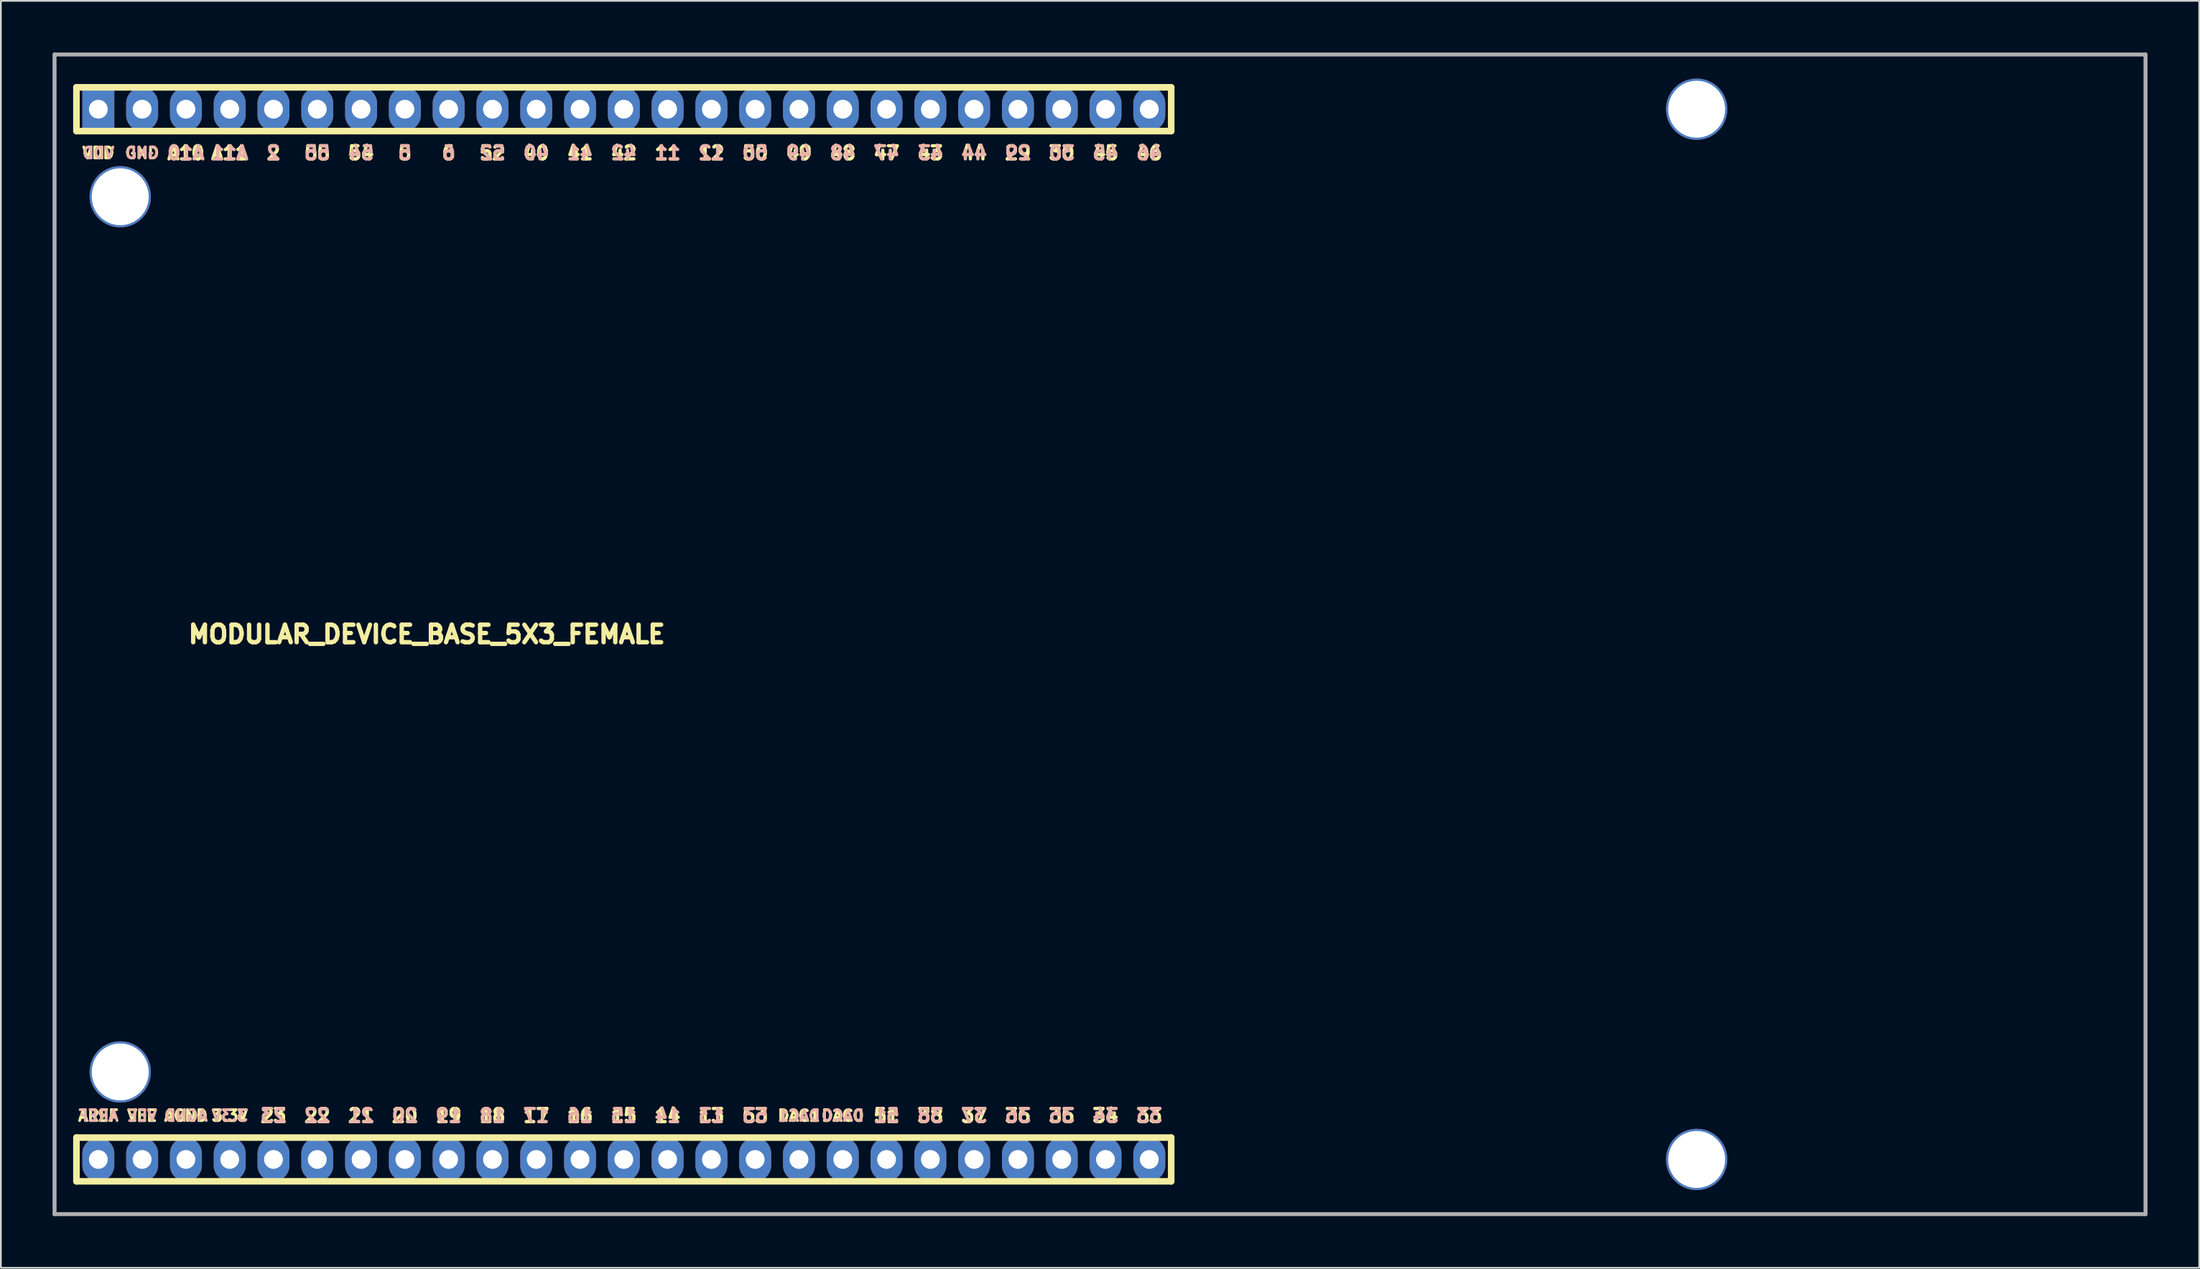
<source format=kicad_pcb>
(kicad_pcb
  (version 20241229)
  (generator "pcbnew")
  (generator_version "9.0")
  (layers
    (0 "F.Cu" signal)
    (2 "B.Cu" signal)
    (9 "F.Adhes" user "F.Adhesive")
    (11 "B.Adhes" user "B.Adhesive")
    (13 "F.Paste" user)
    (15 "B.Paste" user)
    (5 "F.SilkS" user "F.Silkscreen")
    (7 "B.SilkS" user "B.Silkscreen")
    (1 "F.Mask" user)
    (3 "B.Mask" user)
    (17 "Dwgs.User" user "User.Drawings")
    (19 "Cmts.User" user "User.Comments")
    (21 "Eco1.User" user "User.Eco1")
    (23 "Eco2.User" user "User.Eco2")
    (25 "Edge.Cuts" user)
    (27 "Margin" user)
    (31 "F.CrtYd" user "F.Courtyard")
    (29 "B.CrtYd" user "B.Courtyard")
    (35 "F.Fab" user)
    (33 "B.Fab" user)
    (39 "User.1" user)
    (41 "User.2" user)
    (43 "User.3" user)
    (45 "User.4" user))
  (footprint "MODULAR_DEVICE_BASE_5X3_FEMALE"
    (layer "F.Cu")
    (at 21.704 33.769)
    (property "Reference" "MODULAR_DEVICE_BASE_5X3_FEMALE" (at 0 0 0) (layer "F.SilkS") (effects (font (size 1.016 1.016) (thickness 0.254))))
    (property "Value" "${VALUE}" (at 0 2.54 0) (layer "F.SilkS") (hide yes) (effects (font (size 1.524 1.524) (thickness 0.305))))
    (attr through_hole)
    (fp_line (start -20.32 -31.75) (end -20.32 -29.21) (stroke (width 0.381) (type solid)) (layer "F.SilkS"))
    (fp_line (start -20.32 -31.75) (end 43.18 -31.75) (stroke (width 0.381) (type solid)) (layer "F.SilkS"))
    (fp_line (start -20.32 -29.21) (end 43.18 -29.21) (stroke (width 0.381) (type solid)) (layer "F.SilkS"))
    (fp_line (start -20.32 29.21) (end -20.32 31.75) (stroke (width 0.381) (type solid)) (layer "F.SilkS"))
    (fp_line (start -20.32 29.21) (end 43.18 29.21) (stroke (width 0.381) (type solid)) (layer "F.SilkS"))
    (fp_line (start -20.32 31.75) (end 43.18 31.75) (stroke (width 0.381) (type solid)) (layer "F.SilkS"))
    (fp_line (start 43.18 -29.21) (end 43.18 -31.75) (stroke (width 0.381) (type solid)) (layer "F.SilkS"))
    (fp_line (start 43.18 31.75) (end 43.18 29.21) (stroke (width 0.381) (type solid)) (layer "F.SilkS"))
    (fp_line (start -21.59 -33.655) (end -21.59 33.655) (stroke (width 0.229) (type solid)) (layer "F.Fab"))
    (fp_line (start -21.59 33.655) (end 99.695 33.655) (stroke (width 0.229) (type solid)) (layer "F.Fab"))
    (fp_line (start 99.695 -33.655) (end -21.59 -33.655) (stroke (width 0.229) (type solid)) (layer "F.Fab"))
    (fp_line (start 99.695 33.655) (end 99.695 -33.655) (stroke (width 0.229) (type solid)) (layer "F.Fab"))
    (fp_text user "A11" (at -11.43 -27.94 0) (layer "F.SilkS") (effects (font (size 0.762 0.762) (thickness 0.191))))
    (fp_text user "GND" (at -16.51 -27.94 0) (layer "F.SilkS") (effects (font (size 0.635 0.635) (thickness 0.159))))
    (fp_text user "19" (at 1.27 27.94 0) (layer "F.SilkS") (effects (font (size 0.762 0.762) (thickness 0.191))))
    (fp_text user "47" (at 26.67 -27.94 0) (layer "F.SilkS") (effects (font (size 0.762 0.762) (thickness 0.191))))
    (fp_text user "AGND" (at -13.97 27.94 0) (layer "F.SilkS") (effects (font (size 0.635 0.635) (thickness 0.159))))
    (fp_text user "6" (at 1.27 -27.94 0) (layer "F.SilkS") (effects (font (size 0.762 0.762) (thickness 0.191))))
    (fp_text user "20" (at -1.27 27.94 0) (layer "F.SilkS") (effects (font (size 0.762 0.762) (thickness 0.191))))
    (fp_text user "AREF" (at -19.05 27.94 0) (layer "F.SilkS") (effects (font (size 0.635 0.635) (thickness 0.159))))
    (fp_text user "45" (at 39.37 -27.94 0) (layer "F.SilkS") (effects (font (size 0.762 0.762) (thickness 0.191))))
    (fp_text user "38" (at 29.21 27.94 0) (layer "F.SilkS") (effects (font (size 0.762 0.762) (thickness 0.191))))
    (fp_text user "34" (at 39.37 27.94 0) (layer "F.SilkS") (effects (font (size 0.762 0.762) (thickness 0.191))))
    (fp_text user "29" (at 34.29 -27.94 0) (layer "F.SilkS") (effects (font (size 0.762 0.762) (thickness 0.191))))
    (fp_text user "23" (at -8.89 27.94 0) (layer "F.SilkS") (effects (font (size 0.762 0.762) (thickness 0.191))))
    (fp_text user "17" (at 6.35 27.94 0) (layer "F.SilkS") (effects (font (size 0.762 0.762) (thickness 0.191))))
    (fp_text user "30" (at 36.83 -27.94 0) (layer "F.SilkS") (effects (font (size 0.762 0.762) (thickness 0.191))))
    (fp_text user "36" (at 34.29 27.94 0) (layer "F.SilkS") (effects (font (size 0.762 0.762) (thickness 0.191))))
    (fp_text user "33" (at 41.91 27.94 0) (layer "F.SilkS") (effects (font (size 0.762 0.762) (thickness 0.191))))
    (fp_text user "42" (at 11.43 -27.94 0) (layer "F.SilkS") (effects (font (size 0.762 0.762) (thickness 0.191))))
    (fp_text user "2" (at -8.89 -27.94 0) (layer "F.SilkS") (effects (font (size 0.762 0.762) (thickness 0.191))))
    (fp_text user "48" (at 24.13 -27.94 0) (layer "F.SilkS") (effects (font (size 0.762 0.762) (thickness 0.191))))
    (fp_text user "12" (at 16.51 -27.94 0) (layer "F.SilkS") (effects (font (size 0.762 0.762) (thickness 0.191))))
    (fp_text user "40" (at 6.35 -27.94 0) (layer "F.SilkS") (effects (font (size 0.762 0.762) (thickness 0.191))))
    (fp_text user "16" (at 8.89 27.94 0) (layer "F.SilkS") (effects (font (size 0.762 0.762) (thickness 0.191))))
    (fp_text user "15" (at 11.43 27.94 0) (layer "F.SilkS") (effects (font (size 0.762 0.762) (thickness 0.191))))
    (fp_text user "54" (at -3.81 -27.94 0) (layer "F.SilkS") (effects (font (size 0.762 0.762) (thickness 0.191))))
    (fp_text user "53" (at 19.05 27.94 0) (layer "F.SilkS") (effects (font (size 0.762 0.762) (thickness 0.191))))
    (fp_text user "VDD" (at -19.05 -27.94 0) (layer "F.SilkS") (effects (font (size 0.635 0.635) (thickness 0.159))))
    (fp_text user "22" (at -6.35 27.94 0) (layer "F.SilkS") (effects (font (size 0.762 0.762) (thickness 0.191))))
    (fp_text user "11" (at 13.97 -27.94 0) (layer "F.SilkS") (effects (font (size 0.762 0.762) (thickness 0.191))))
    (fp_text user "A10" (at -13.97 -27.94 0) (layer "F.SilkS") (effects (font (size 0.762 0.762) (thickness 0.191))))
    (fp_text user "44" (at 31.75 -27.94 0) (layer "F.SilkS") (effects (font (size 0.762 0.762) (thickness 0.191))))
    (fp_text user "18" (at 3.81 27.94 0) (layer "F.SilkS") (effects (font (size 0.762 0.762) (thickness 0.191))))
    (fp_text user "35" (at 36.83 27.94 0) (layer "F.SilkS") (effects (font (size 0.762 0.762) (thickness 0.191))))
    (fp_text user "52" (at 3.81 -27.94 0) (layer "F.SilkS") (effects (font (size 0.762 0.762) (thickness 0.191))))
    (fp_text user "13" (at 16.51 27.94 0) (layer "F.SilkS") (effects (font (size 0.762 0.762) (thickness 0.191))))
    (fp_text user "VEE" (at -16.51 27.94 0) (layer "F.SilkS") (effects (font (size 0.635 0.635) (thickness 0.159))))
    (fp_text user "5" (at -1.27 -27.94 0) (layer "F.SilkS") (effects (font (size 0.762 0.762) (thickness 0.191))))
    (fp_text user "3.3V" (at -11.43 27.94 0) (layer "F.SilkS") (effects (font (size 0.635 0.635) (thickness 0.159))))
    (fp_text user "21" (at -3.81 27.94 0) (layer "F.SilkS") (effects (font (size 0.762 0.762) (thickness 0.191))))
    (fp_text user "55" (at -6.35 -27.94 0) (layer "F.SilkS") (effects (font (size 0.762 0.762) (thickness 0.191))))
    (fp_text user "49" (at 21.59 -27.94 0) (layer "F.SilkS") (effects (font (size 0.762 0.762) (thickness 0.191))))
    (fp_text user "43" (at 29.21 -27.94 0) (layer "F.SilkS") (effects (font (size 0.762 0.762) (thickness 0.191))))
    (fp_text user "50" (at 19.05 -27.94 0) (layer "F.SilkS") (effects (font (size 0.762 0.762) (thickness 0.191))))
    (fp_text user "37" (at 31.75 27.94 0) (layer "F.SilkS") (effects (font (size 0.762 0.762) (thickness 0.191))))
    (fp_text user "DAC0" (at 24.13 27.94 0) (layer "F.SilkS") (effects (font (size 0.635 0.635) (thickness 0.159))))
    (fp_text user "41" (at 8.89 -27.94 0) (layer "F.SilkS") (effects (font (size 0.762 0.762) (thickness 0.191))))
    (fp_text user "46" (at 41.91 -27.94 0) (layer "F.SilkS") (effects (font (size 0.762 0.762) (thickness 0.191))))
    (fp_text user "14" (at 13.97 27.94 0) (layer "F.SilkS") (effects (font (size 0.762 0.762) (thickness 0.191))))
    (fp_text user "51" (at 26.67 27.94 0) (layer "F.SilkS") (effects (font (size 0.762 0.762) (thickness 0.191))))
    (fp_text user "DAC1" (at 21.59 27.94 0) (layer "F.SilkS") (effects (font (size 0.635 0.635) (thickness 0.159))))
    (fp_text user "38" (at 29.21 27.94 0) (layer "B.SilkS") (effects (font (size 0.762 0.762) (thickness 0.191)) (justify mirror)))
    (fp_text user "41" (at 8.89 -27.94 0) (layer "B.SilkS") (effects (font (size 0.762 0.762) (thickness 0.191)) (justify mirror)))
    (fp_text user "22" (at -6.35 27.94 0) (layer "B.SilkS") (effects (font (size 0.762 0.762) (thickness 0.191)) (justify mirror)))
    (fp_text user "2" (at -8.89 -27.94 0) (layer "B.SilkS") (effects (font (size 0.762 0.762) (thickness 0.191)) (justify mirror)))
    (fp_text user "11" (at 13.97 -27.94 0) (layer "B.SilkS") (effects (font (size 0.762 0.762) (thickness 0.191)) (justify mirror)))
    (fp_text user "54" (at -3.81 -27.94 0) (layer "B.SilkS") (effects (font (size 0.762 0.762) (thickness 0.191)) (justify mirror)))
    (fp_text user "50" (at 19.05 -27.94 0) (layer "B.SilkS") (effects (font (size 0.762 0.762) (thickness 0.191)) (justify mirror)))
    (fp_text user "49" (at 21.59 -27.94 0) (layer "B.SilkS") (effects (font (size 0.762 0.762) (thickness 0.191)) (justify mirror)))
    (fp_text user "53" (at 19.05 27.94 0) (layer "B.SilkS") (effects (font (size 0.762 0.762) (thickness 0.191)) (justify mirror)))
    (fp_text user "46" (at 41.91 -27.94 0) (layer "B.SilkS") (effects (font (size 0.762 0.762) (thickness 0.191)) (justify mirror)))
    (fp_text user "29" (at 34.29 -27.94 0) (layer "B.SilkS") (effects (font (size 0.762 0.762) (thickness 0.191)) (justify mirror)))
    (fp_text user "VDD" (at -19.05 -27.94 0) (layer "B.SilkS") (effects (font (size 0.635 0.635) (thickness 0.159)) (justify mirror)))
    (fp_text user "55" (at -6.35 -27.94 0) (layer "B.SilkS") (effects (font (size 0.762 0.762) (thickness 0.191)) (justify mirror)))
    (fp_text user "52" (at 3.81 -27.94 0) (layer "B.SilkS") (effects (font (size 0.762 0.762) (thickness 0.191)) (justify mirror)))
    (fp_text user "18" (at 3.81 27.94 0) (layer "B.SilkS") (effects (font (size 0.762 0.762) (thickness 0.191)) (justify mirror)))
    (fp_text user "GND" (at -16.51 -27.94 0) (layer "B.SilkS") (effects (font (size 0.635 0.635) (thickness 0.159)) (justify mirror)))
    (fp_text user "DAC1" (at 21.59 27.94 0) (layer "B.SilkS") (effects (font (size 0.635 0.635) (thickness 0.159)) (justify mirror)))
    (fp_text user "45" (at 39.37 -27.94 0) (layer "B.SilkS") (effects (font (size 0.762 0.762) (thickness 0.191)) (justify mirror)))
    (fp_text user "44" (at 31.75 -27.94 0) (layer "B.SilkS") (effects (font (size 0.762 0.762) (thickness 0.191)) (justify mirror)))
    (fp_text user "34" (at 39.37 27.94 0) (layer "B.SilkS") (effects (font (size 0.762 0.762) (thickness 0.191)) (justify mirror)))
    (fp_text user "43" (at 29.21 -27.94 0) (layer "B.SilkS") (effects (font (size 0.762 0.762) (thickness 0.191)) (justify mirror)))
    (fp_text user "A11" (at -11.43 -27.94 0) (layer "B.SilkS") (effects (font (size 0.762 0.762) (thickness 0.191)) (justify mirror)))
    (fp_text user "51" (at 26.67 27.94 0) (layer "B.SilkS") (effects (font (size 0.762 0.762) (thickness 0.191)) (justify mirror)))
    (fp_text user "16" (at 8.89 27.94 0) (layer "B.SilkS") (effects (font (size 0.762 0.762) (thickness 0.191)) (justify mirror)))
    (fp_text user "47" (at 26.67 -27.94 0) (layer "B.SilkS") (effects (font (size 0.762 0.762) (thickness 0.191)) (justify mirror)))
    (fp_text user "37" (at 31.75 27.94 0) (layer "B.SilkS") (effects (font (size 0.762 0.762) (thickness 0.191)) (justify mirror)))
    (fp_text user "33" (at 41.91 27.94 0) (layer "B.SilkS") (effects (font (size 0.762 0.762) (thickness 0.191)) (justify mirror)))
    (fp_text user "DAC0" (at 24.13 27.94 0) (layer "B.SilkS") (effects (font (size 0.635 0.635) (thickness 0.159)) (justify mirror)))
    (fp_text user "15" (at 11.43 27.94 0) (layer "B.SilkS") (effects (font (size 0.762 0.762) (thickness 0.191)) (justify mirror)))
    (fp_text user "6" (at 1.27 -27.94 0) (layer "B.SilkS") (effects (font (size 0.762 0.762) (thickness 0.191)) (justify mirror)))
    (fp_text user "48" (at 24.13 -27.94 0) (layer "B.SilkS") (effects (font (size 0.762 0.762) (thickness 0.191)) (justify mirror)))
    (fp_text user "3.3V" (at -11.43 27.94 0) (layer "B.SilkS") (effects (font (size 0.635 0.635) (thickness 0.159)) (justify mirror)))
    (fp_text user "20" (at -1.27 27.94 0) (layer "B.SilkS") (effects (font (size 0.762 0.762) (thickness 0.191)) (justify mirror)))
    (fp_text user "VEE" (at -16.51 27.94 0) (layer "B.SilkS") (effects (font (size 0.635 0.635) (thickness 0.159)) (justify mirror)))
    (fp_text user "23" (at -8.89 27.94 0) (layer "B.SilkS") (effects (font (size 0.762 0.762) (thickness 0.191)) (justify mirror)))
    (fp_text user "AREF" (at -19.05 27.94 0) (layer "B.SilkS") (effects (font (size 0.635 0.635) (thickness 0.159)) (justify mirror)))
    (fp_text user "5" (at -1.27 -27.94 0) (layer "B.SilkS") (effects (font (size 0.762 0.762) (thickness 0.191)) (justify mirror)))
    (fp_text user "A10" (at -13.97 -27.94 0) (layer "B.SilkS") (effects (font (size 0.762 0.762) (thickness 0.191)) (justify mirror)))
    (fp_text user "30" (at 36.83 -27.94 0) (layer "B.SilkS") (effects (font (size 0.762 0.762) (thickness 0.191)) (justify mirror)))
    (fp_text user "21" (at -3.81 27.94 0) (layer "B.SilkS") (effects (font (size 0.762 0.762) (thickness 0.191)) (justify mirror)))
    (fp_text user "AGND" (at -13.97 27.94 0) (layer "B.SilkS") (effects (font (size 0.635 0.635) (thickness 0.159)) (justify mirror)))
    (fp_text user "12" (at 16.51 -27.94 0) (layer "B.SilkS") (effects (font (size 0.762 0.762) (thickness 0.191)) (justify mirror)))
    (fp_text user "36" (at 34.29 27.94 0) (layer "B.SilkS") (effects (font (size 0.762 0.762) (thickness 0.191)) (justify mirror)))
    (fp_text user "42" (at 11.43 -27.94 0) (layer "B.SilkS") (effects (font (size 0.762 0.762) (thickness 0.191)) (justify mirror)))
    (fp_text user "14" (at 13.97 27.94 0) (layer "B.SilkS") (effects (font (size 0.762 0.762) (thickness 0.191)) (justify mirror)))
    (fp_text user "35" (at 36.83 27.94 0) (layer "B.SilkS") (effects (font (size 0.762 0.762) (thickness 0.191)) (justify mirror)))
    (fp_text user "13" (at 16.51 27.94 0) (layer "B.SilkS") (effects (font (size 0.762 0.762) (thickness 0.191)) (justify mirror)))
    (fp_text user "17" (at 6.35 27.94 0) (layer "B.SilkS") (effects (font (size 0.762 0.762) (thickness 0.191)) (justify mirror)))
    (fp_text user "19" (at 1.27 27.94 0) (layer "B.SilkS") (effects (font (size 0.762 0.762) (thickness 0.191)) (justify mirror)))
    (fp_text user "40" (at 6.35 -27.94 0) (layer "B.SilkS") (effects (font (size 0.762 0.762) (thickness 0.191)) (justify mirror)))
    (pad "" thru_hole circle (at -17.78 -25.4) (size 3.556 3.556) (drill 3.302) (layers "*.Cu" "*.Mask"))
    (pad "" thru_hole circle (at -17.78 25.4) (size 3.556 3.556) (drill 3.302) (layers "*.Cu" "*.Mask"))
    (pad "" thru_hole circle (at 73.66 -30.48) (size 3.556 3.556) (drill 3.302) (layers "*.Cu" "*.Mask"))
    (pad "" thru_hole circle (at 73.66 30.48) (size 3.556 3.556) (drill 3.302) (layers "*.Cu" "*.Mask"))
    (pad "2" thru_hole oval (at -8.89 -30.48) (size 1.854 2.54) (drill 1.092) (layers "*.Cu" "*.Mask"))
    (pad "3V3" thru_hole oval (at -11.43 30.48) (size 1.854 2.54) (drill 1.092) (layers "*.Cu" "*.Mask"))
    (pad "5" thru_hole oval (at -1.27 -30.48) (size 1.854 2.54) (drill 1.092) (layers "*.Cu" "*.Mask"))
    (pad "6" thru_hole oval (at 1.27 -30.48) (size 1.854 2.54) (drill 1.092) (layers "*.Cu" "*.Mask"))
    (pad "11" thru_hole oval (at 13.97 -30.48) (size 1.854 2.54) (drill 1.092) (layers "*.Cu" "*.Mask"))
    (pad "12" thru_hole oval (at 16.51 -30.48) (size 1.854 2.54) (drill 1.092) (layers "*.Cu" "*.Mask"))
    (pad "13" thru_hole oval (at 16.51 30.48) (size 1.854 2.54) (drill 1.092) (layers "*.Cu" "*.Mask"))
    (pad "14" thru_hole oval (at 13.97 30.48) (size 1.854 2.54) (drill 1.092) (layers "*.Cu" "*.Mask"))
    (pad "15" thru_hole oval (at 11.43 30.48) (size 1.854 2.54) (drill 1.092) (layers "*.Cu" "*.Mask"))
    (pad "16" thru_hole oval (at 8.89 30.48) (size 1.854 2.54) (drill 1.092) (layers "*.Cu" "*.Mask"))
    (pad "17" thru_hole oval (at 6.35 30.48) (size 1.854 2.54) (drill 1.092) (layers "*.Cu" "*.Mask"))
    (pad "18" thru_hole oval (at 3.81 30.48) (size 1.854 2.54) (drill 1.092) (layers "*.Cu" "*.Mask"))
    (pad "19" thru_hole oval (at 1.27 30.48) (size 1.854 2.54) (drill 1.092) (layers "*.Cu" "*.Mask"))
    (pad "20" thru_hole oval (at -1.27 30.48) (size 1.854 2.54) (drill 1.092) (layers "*.Cu" "*.Mask"))
    (pad "21" thru_hole oval (at -3.81 30.48) (size 1.854 2.54) (drill 1.092) (layers "*.Cu" "*.Mask"))
    (pad "22" thru_hole oval (at -6.35 30.48) (size 1.854 2.54) (drill 1.092) (layers "*.Cu" "*.Mask"))
    (pad "23" thru_hole oval (at -8.89 30.48) (size 1.854 2.54) (drill 1.092) (layers "*.Cu" "*.Mask"))
    (pad "29" thru_hole oval (at 34.29 -30.48) (size 1.854 2.54) (drill 1.092) (layers "*.Cu" "*.Mask"))
    (pad "30" thru_hole oval (at 36.83 -30.48) (size 1.854 2.54) (drill 1.092) (layers "*.Cu" "*.Mask"))
    (pad "33" thru_hole oval (at 41.91 30.48) (size 1.854 2.54) (drill 1.092) (layers "*.Cu" "*.Mask"))
    (pad "34" thru_hole oval (at 39.37 30.48) (size 1.854 2.54) (drill 1.092) (layers "*.Cu" "*.Mask"))
    (pad "35" thru_hole oval (at 36.83 30.48) (size 1.854 2.54) (drill 1.092) (layers "*.Cu" "*.Mask"))
    (pad "36" thru_hole oval (at 34.29 30.48) (size 1.854 2.54) (drill 1.092) (layers "*.Cu" "*.Mask"))
    (pad "37" thru_hole oval (at 31.75 30.48) (size 1.854 2.54) (drill 1.092) (layers "*.Cu" "*.Mask"))
    (pad "38" thru_hole oval (at 29.21 30.48) (size 1.854 2.54) (drill 1.092) (layers "*.Cu" "*.Mask"))
    (pad "40" thru_hole oval (at 6.35 -30.48) (size 1.854 2.54) (drill 1.092) (layers "*.Cu" "*.Mask"))
    (pad "41" thru_hole oval (at 8.89 -30.48) (size 1.854 2.54) (drill 1.092) (layers "*.Cu" "*.Mask"))
    (pad "42" thru_hole oval (at 11.43 -30.48) (size 1.854 2.54) (drill 1.092) (layers "*.Cu" "*.Mask"))
    (pad "43" thru_hole oval (at 29.21 -30.48) (size 1.854 2.54) (drill 1.092) (layers "*.Cu" "*.Mask"))
    (pad "44" thru_hole oval (at 31.75 -30.48) (size 1.854 2.54) (drill 1.092) (layers "*.Cu" "*.Mask"))
    (pad "45" thru_hole oval (at 39.37 -30.48) (size 1.854 2.54) (drill 1.092) (layers "*.Cu" "*.Mask"))
    (pad "46" thru_hole oval (at 41.91 -30.48) (size 1.854 2.54) (drill 1.092) (layers "*.Cu" "*.Mask"))
    (pad "47" thru_hole oval (at 26.67 -30.48) (size 1.854 2.54) (drill 1.092) (layers "*.Cu" "*.Mask"))
    (pad "48" thru_hole oval (at 24.13 -30.48) (size 1.854 2.54) (drill 1.092) (layers "*.Cu" "*.Mask"))
    (pad "49" thru_hole oval (at 21.59 -30.48) (size 1.854 2.54) (drill 1.092) (layers "*.Cu" "*.Mask"))
    (pad "50" thru_hole oval (at 19.05 -30.48) (size 1.854 2.54) (drill 1.092) (layers "*.Cu" "*.Mask"))
    (pad "51" thru_hole oval (at 26.67 30.48) (size 1.854 2.54) (drill 1.092) (layers "*.Cu" "*.Mask"))
    (pad "52" thru_hole oval (at 3.81 -30.48) (size 1.854 2.54) (drill 1.092) (layers "*.Cu" "*.Mask"))
    (pad "53" thru_hole oval (at 19.05 30.48) (size 1.854 2.54) (drill 1.092) (layers "*.Cu" "*.Mask"))
    (pad "54" thru_hole oval (at -3.81 -30.48) (size 1.854 2.54) (drill 1.092) (layers "*.Cu" "*.Mask"))
    (pad "55" thru_hole oval (at -6.35 -30.48) (size 1.854 2.54) (drill 1.092) (layers "*.Cu" "*.Mask"))
    (pad "A10" thru_hole oval (at -13.97 -30.48) (size 1.854 2.54) (drill 1.092) (layers "*.Cu" "*.Mask"))
    (pad "A11" thru_hole oval (at -11.43 -30.48) (size 1.854 2.54) (drill 1.092) (layers "*.Cu" "*.Mask"))
    (pad "AGND" thru_hole oval (at -13.97 30.48) (size 1.854 2.54) (drill 1.092) (layers "*.Cu" "*.Mask"))
    (pad "AREF" thru_hole oval (at -19.05 30.48) (size 1.854 2.54) (drill 1.092) (layers "*.Cu" "*.Mask"))
    (pad "DAC0" thru_hole oval (at 24.13 30.48) (size 1.854 2.54) (drill 1.092) (layers "*.Cu" "*.Mask"))
    (pad "DAC1" thru_hole oval (at 21.59 30.48) (size 1.854 2.54) (drill 1.092) (layers "*.Cu" "*.Mask"))
    (pad "GND" thru_hole oval (at -16.51 -30.48) (size 1.854 2.54) (drill 1.092) (layers "*.Cu" "*.Mask"))
    (pad "VDD" thru_hole rect (at -19.05 -30.48) (size 1.854 2.54) (drill 1.092) (layers "*.Cu" "*.Mask"))
    (pad "VEE" thru_hole oval (at -16.51 30.48) (size 1.854 2.54) (drill 1.092) (layers "*.Cu" "*.Mask")))
  (gr_rect
    (start -3 -3)
    (end 124.514 70.539)
    (stroke (width 0.1) (type default))
    (fill no)
    (layer "Edge.Cuts")))
</source>
